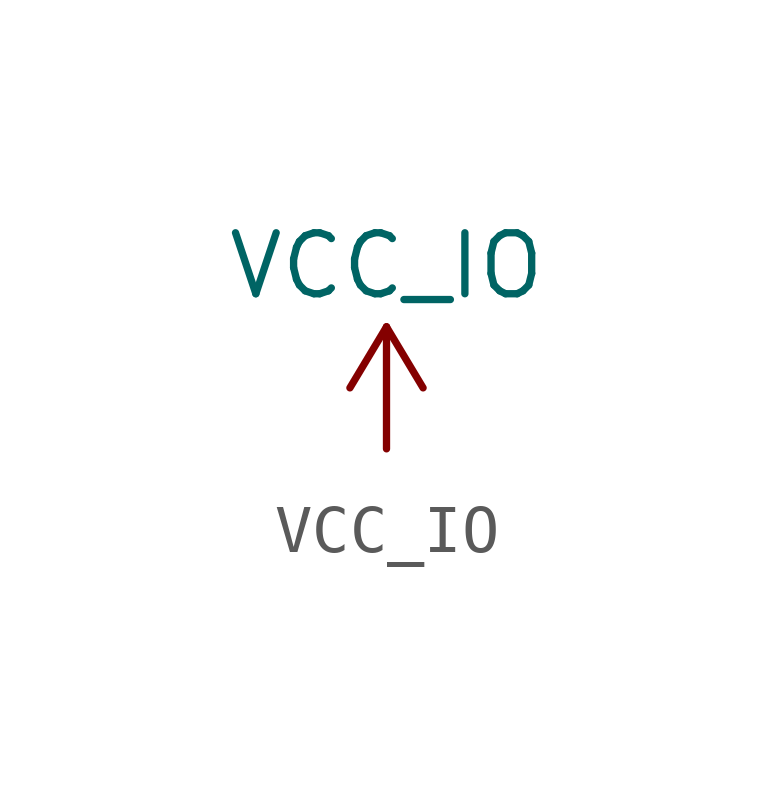
<source format=kicad_sym>
(kicad_symbol_lib
  (version 20220914)
  (generator kicad_symbol_editor)
  (symbol "VCC_IO"
    (power)
    (pin_names
      (offset 0))
    (property "Reference" "#PWR"
      (at 0 -3.81 0)
      (effects (font (size 1.27 1.27)) hide))
    (property "Value" "VCC_IO"
      (at 0 3.81 0)
      (effects (font (size 1.27 1.27))))
    (symbol "VCC_IO_0_1"
      (polyline (pts (xy -0.762 1.27) (xy 0 2.54)) (stroke (width 0) (type default)) (fill (type none)))
      (polyline (pts (xy 0 0) (xy 0 2.54)) (stroke (width 0) (type default)) (fill (type none)))
      (polyline (pts (xy 0 2.54) (xy 0.762 1.27)) (stroke (width 0) (type default)) (fill (type none))))
    (symbol "VCC_IO_1_1"
      (pin power_in line (at 0 0 90) (length 0) hide (name "VCC_IO" (effects (font (size 1.27 1.27)))) (number "1" (effects (font (size 1.27 1.27))))))))
</source>
